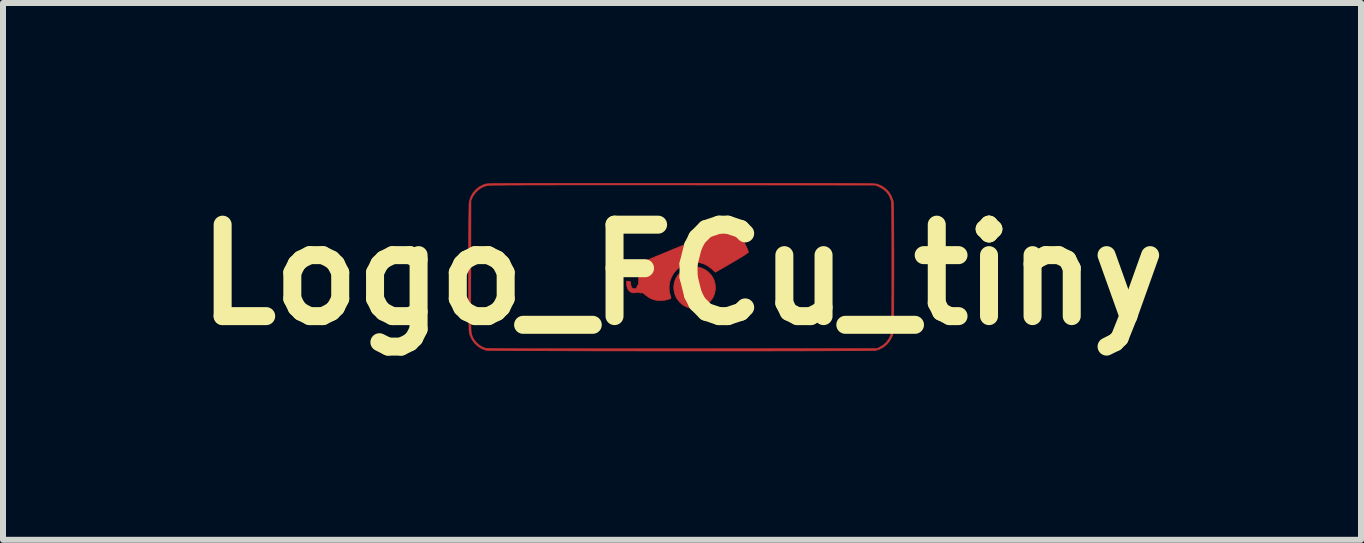
<source format=kicad_pcb>
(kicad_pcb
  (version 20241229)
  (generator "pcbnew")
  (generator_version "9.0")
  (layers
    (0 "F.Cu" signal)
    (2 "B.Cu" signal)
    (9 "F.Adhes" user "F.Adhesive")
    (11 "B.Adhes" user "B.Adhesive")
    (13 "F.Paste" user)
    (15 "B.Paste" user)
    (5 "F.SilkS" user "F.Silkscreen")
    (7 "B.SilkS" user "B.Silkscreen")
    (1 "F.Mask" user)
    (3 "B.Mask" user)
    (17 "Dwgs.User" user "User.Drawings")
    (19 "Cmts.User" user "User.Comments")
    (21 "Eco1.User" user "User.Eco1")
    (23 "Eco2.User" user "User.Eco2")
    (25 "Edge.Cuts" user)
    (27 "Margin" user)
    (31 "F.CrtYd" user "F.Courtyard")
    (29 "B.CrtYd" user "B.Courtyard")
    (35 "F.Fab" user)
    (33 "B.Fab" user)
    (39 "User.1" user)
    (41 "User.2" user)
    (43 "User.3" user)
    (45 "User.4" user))
  (footprint "Logo_FCu_tiny"
    (layer "F.Cu")
    (at 8.317 1.529)
    (property "Reference" "Logo_FCu_tiny" (at 0 0 0) (layer "F.SilkS") (effects (font (size 1.524 1.524) (thickness 0.3))))
    (attr through_hole)
    (fp_poly (pts (xy 0.278 -0.127) (xy 0.34 -0.107) (xy 0.397 -0.077) (xy 0.449 -0.037) (xy 0.492 0.012) (xy 0.526 0.069) (xy 0.548 0.135) (xy 0.557 0.206) (xy 0.556 0.248) (xy 0.542 0.32) (xy 0.513 0.386) (xy 0.471 0.444) (xy 0.419 0.493) (xy 0.357 0.531) (xy 0.288 0.555) (xy 0.267 0.559) (xy 0.231 0.564) (xy 0.204 0.566) (xy 0.179 0.564) (xy 0.147 0.558) (xy 0.135 0.556) (xy 0.065 0.533) (xy 0.004 0.497) (xy -0.046 0.451) (xy -0.087 0.397) (xy -0.116 0.336) (xy -0.133 0.272) (xy -0.137 0.22) (xy 0.147 0.22) (xy 0.158 0.245) (xy 0.175 0.262) (xy 0.202 0.277) (xy 0.226 0.276) (xy 0.25 0.259) (xy 0.265 0.238) (xy 0.271 0.217) (xy 0.271 0.216) (xy 0.265 0.195) (xy 0.251 0.174) (xy 0.25 0.173) (xy 0.223 0.156) (xy 0.196 0.154) (xy 0.171 0.169) (xy 0.153 0.193) (xy 0.147 0.22) (xy -0.137 0.22) (xy -0.138 0.205) (xy -0.131 0.137) (xy -0.109 0.072) (xy -0.073 0.01) (xy -0.038 -0.031) (xy 0.02 -0.078) (xy 0.082 -0.111) (xy 0.147 -0.129) (xy 0.213 -0.134) (xy 0.278 -0.127)) (stroke (width 0.01) (type solid)) (fill yes) (layer "F.Cu"))
    (fp_poly (pts (xy 0.887 -0.824) (xy 0.898 -0.816) (xy 0.905 -0.804) (xy 0.918 -0.779) (xy 0.937 -0.744) (xy 0.959 -0.7) (xy 0.985 -0.649) (xy 1.011 -0.596) (xy 1.044 -0.527) (xy 1.07 -0.472) (xy 1.089 -0.43) (xy 1.1 -0.4) (xy 1.106 -0.382) (xy 1.106 -0.375) (xy 1.096 -0.365) (xy 1.072 -0.347) (xy 1.033 -0.322) (xy 0.979 -0.288) (xy 0.909 -0.246) (xy 0.83 -0.2) (xy 0.769 -0.164) (xy 0.712 -0.131) (xy 0.662 -0.102) (xy 0.619 -0.078) (xy 0.587 -0.059) (xy 0.565 -0.047) (xy 0.556 -0.042) (xy 0.556 -0.042) (xy 0.549 -0.048) (xy 0.532 -0.062) (xy 0.51 -0.083) (xy 0.506 -0.087) (xy 0.44 -0.14) (xy 0.368 -0.179) (xy 0.292 -0.202) (xy 0.214 -0.21) (xy 0.136 -0.203) (xy 0.06 -0.181) (xy -0.013 -0.144) (xy -0.081 -0.091) (xy -0.081 -0.091) (xy -0.135 -0.031) (xy -0.175 0.039) (xy -0.203 0.113) (xy -0.215 0.191) (xy -0.213 0.269) (xy -0.212 0.273) (xy -0.205 0.308) (xy -0.197 0.34) (xy -0.191 0.361) (xy -0.184 0.38) (xy -0.184 0.39) (xy -0.193 0.397) (xy -0.24 0.415) (xy -0.297 0.426) (xy -0.359 0.431) (xy -0.419 0.427) (xy -0.472 0.417) (xy -0.474 0.416) (xy -0.545 0.385) (xy -0.61 0.338) (xy -0.622 0.327) (xy -0.643 0.309) (xy -0.66 0.301) (xy -0.678 0.302) (xy -0.678 0.302) (xy -0.7 0.303) (xy -0.714 0.298) (xy -0.729 0.293) (xy -0.753 0.296) (xy -0.758 0.297) (xy -0.805 0.303) (xy -0.847 0.294) (xy -0.881 0.272) (xy -0.905 0.236) (xy -0.92 0.19) (xy -0.923 0.152) (xy -0.923 0.105) (xy -0.889 0.109) (xy -0.867 0.112) (xy -0.858 0.119) (xy -0.855 0.135) (xy -0.855 0.144) (xy -0.85 0.187) (xy -0.836 0.216) (xy -0.813 0.231) (xy -0.781 0.232) (xy -0.78 0.232) (xy -0.76 0.225) (xy -0.754 0.212) (xy -0.754 0.207) (xy -0.747 0.187) (xy -0.739 0.176) (xy -0.732 0.169) (xy -0.728 0.157) (xy -0.725 0.138) (xy -0.724 0.108) (xy -0.724 0.064) (xy -0.724 0.064) (xy -0.724 0.019) (xy -0.722 -0.012) (xy -0.719 -0.036) (xy -0.714 -0.057) (xy -0.705 -0.079) (xy -0.697 -0.094) (xy -0.657 -0.162) (xy -0.606 -0.218) (xy -0.572 -0.245) (xy -0.56 -0.251) (xy -0.533 -0.263) (xy -0.494 -0.28) (xy -0.443 -0.302) (xy -0.382 -0.327) (xy -0.312 -0.356) (xy -0.234 -0.388) (xy -0.151 -0.423) (xy -0.063 -0.458) (xy 0.028 -0.496) (xy 0.12 -0.533) (xy 0.213 -0.571) (xy 0.306 -0.608) (xy 0.395 -0.644) (xy 0.481 -0.679) (xy 0.562 -0.711) (xy 0.636 -0.741) (xy 0.702 -0.767) (xy 0.759 -0.789) (xy 0.805 -0.807) (xy 0.839 -0.819) (xy 0.859 -0.826) (xy 0.864 -0.828) (xy 0.887 -0.824)) (stroke (width 0.01) (type solid)) (fill yes) (layer "F.Cu"))
    (fp_poly (pts (xy 0.265 -1.524) (xy 0.527 -1.524) (xy 0.772 -1.524) (xy 1.002 -1.524) (xy 1.217 -1.524) (xy 1.418 -1.524) (xy 1.605 -1.524) (xy 1.778 -1.524) (xy 1.939 -1.524) (xy 2.087 -1.523) (xy 2.224 -1.523) (xy 2.349 -1.523) (xy 2.463 -1.523) (xy 2.567 -1.523) (xy 2.661 -1.522) (xy 2.746 -1.522) (xy 2.822 -1.522) (xy 2.89 -1.521) (xy 2.95 -1.521) (xy 3.003 -1.52) (xy 3.049 -1.52) (xy 3.088 -1.519) (xy 3.122 -1.518) (xy 3.151 -1.518) (xy 3.175 -1.517) (xy 3.195 -1.516) (xy 3.211 -1.515) (xy 3.224 -1.514) (xy 3.235 -1.513) (xy 3.243 -1.512) (xy 3.249 -1.51) (xy 3.255 -1.509) (xy 3.259 -1.508) (xy 3.331 -1.477) (xy 3.395 -1.432) (xy 3.448 -1.376) (xy 3.489 -1.31) (xy 3.516 -1.237) (xy 3.522 -1.212) (xy 3.523 -1.196) (xy 3.524 -1.165) (xy 3.526 -1.12) (xy 3.527 -1.062) (xy 3.527 -0.991) (xy 3.528 -0.91) (xy 3.529 -0.82) (xy 3.529 -0.722) (xy 3.53 -0.617) (xy 3.53 -0.507) (xy 3.531 -0.393) (xy 3.531 -0.276) (xy 3.531 -0.157) (xy 3.531 -0.038) (xy 3.531 0.081) (xy 3.53 0.197) (xy 3.53 0.309) (xy 3.53 0.417) (xy 3.529 0.518) (xy 3.529 0.613) (xy 3.528 0.698) (xy 3.527 0.774) (xy 3.526 0.838) (xy 3.525 0.89) (xy 3.524 0.929) (xy 3.523 0.952) (xy 3.522 0.958) (xy 3.5 1.031) (xy 3.463 1.098) (xy 3.415 1.157) (xy 3.356 1.206) (xy 3.289 1.242) (xy 3.228 1.26) (xy 3.215 1.261) (xy 3.186 1.262) (xy 3.142 1.263) (xy 3.083 1.264) (xy 3.009 1.265) (xy 2.923 1.265) (xy 2.824 1.266) (xy 2.713 1.266) (xy 2.591 1.267) (xy 2.458 1.267) (xy 2.316 1.268) (xy 2.164 1.268) (xy 2.005 1.269) (xy 1.837 1.269) (xy 1.663 1.269) (xy 1.483 1.27) (xy 1.297 1.27) (xy 1.106 1.27) (xy 0.912 1.27) (xy 0.714 1.27) (xy 0.514 1.27) (xy 0.311 1.27) (xy 0.108 1.27) (xy -0.096 1.27) (xy -0.3 1.27) (xy -0.503 1.27) (xy -0.704 1.27) (xy -0.902 1.269) (xy -1.098 1.269) (xy -1.289 1.269) (xy -1.476 1.269) (xy -1.658 1.268) (xy -1.833 1.268) (xy -2.002 1.267) (xy -2.164 1.267) (xy -2.317 1.266) (xy -2.462 1.266) (xy -2.597 1.265) (xy -2.722 1.265) (xy -2.835 1.264) (xy -2.937 1.263) (xy -3.027 1.262) (xy -3.103 1.262) (xy -3.165 1.261) (xy -3.213 1.26) (xy -3.246 1.259) (xy -3.262 1.258) (xy -3.264 1.258) (xy -3.337 1.232) (xy -3.402 1.191) (xy -3.458 1.139) (xy -3.503 1.076) (xy -3.535 1.006) (xy -3.547 0.958) (xy -3.549 0.942) (xy -3.55 0.911) (xy -3.551 0.865) (xy -3.552 0.806) (xy -3.553 0.736) (xy -3.554 0.654) (xy -3.554 0.564) (xy -3.555 0.466) (xy -3.555 0.397) (xy -3.521 0.397) (xy -3.521 0.498) (xy -3.521 0.586) (xy -3.521 0.663) (xy -3.52 0.729) (xy -3.52 0.785) (xy -3.519 0.832) (xy -3.518 0.872) (xy -3.517 0.903) (xy -3.516 0.929) (xy -3.515 0.949) (xy -3.513 0.965) (xy -3.512 0.977) (xy -3.51 0.986) (xy -3.509 0.99) (xy -3.489 1.043) (xy -3.462 1.089) (xy -3.426 1.133) (xy -3.386 1.169) (xy -3.345 1.196) (xy -3.296 1.218) (xy -3.292 1.219) (xy -3.288 1.221) (xy -3.283 1.222) (xy -3.277 1.223) (xy -3.269 1.225) (xy -3.259 1.226) (xy -3.247 1.227) (xy -3.231 1.228) (xy -3.211 1.228) (xy -3.187 1.229) (xy -3.159 1.23) (xy -3.125 1.231) (xy -3.086 1.231) (xy -3.04 1.232) (xy -2.988 1.232) (xy -2.928 1.233) (xy -2.86 1.233) (xy -2.785 1.233) (xy -2.7 1.234) (xy -2.606 1.234) (xy -2.503 1.234) (xy -2.389 1.234) (xy -2.264 1.234) (xy -2.128 1.234) (xy -1.98 1.234) (xy -1.82 1.234) (xy -1.647 1.234) (xy -1.461 1.234) (xy -1.261 1.234) (xy -1.046 1.234) (xy -0.817 1.234) (xy -0.572 1.234) (xy -0.312 1.234) (xy -0.035 1.234) (xy 0 1.234) (xy 3.247 1.232) (xy 3.295 1.209) (xy 3.357 1.171) (xy 3.411 1.121) (xy 3.453 1.061) (xy 3.482 0.995) (xy 3.483 0.991) (xy 3.485 0.983) (xy 3.487 0.972) (xy 3.489 0.958) (xy 3.49 0.94) (xy 3.491 0.916) (xy 3.492 0.886) (xy 3.493 0.85) (xy 3.494 0.805) (xy 3.495 0.751) (xy 3.495 0.688) (xy 3.496 0.615) (xy 3.496 0.53) (xy 3.496 0.432) (xy 3.497 0.321) (xy 3.497 0.197) (xy 3.497 0.057) (xy 3.497 -0.099) (xy 3.497 -0.128) (xy 3.497 -0.285) (xy 3.497 -0.425) (xy 3.497 -0.551) (xy 3.497 -0.663) (xy 3.496 -0.761) (xy 3.496 -0.847) (xy 3.496 -0.922) (xy 3.495 -0.985) (xy 3.495 -1.04) (xy 3.494 -1.085) (xy 3.493 -1.123) (xy 3.492 -1.154) (xy 3.491 -1.179) (xy 3.49 -1.199) (xy 3.488 -1.215) (xy 3.487 -1.227) (xy 3.485 -1.238) (xy 3.482 -1.247) (xy 3.48 -1.255) (xy 3.48 -1.255) (xy 3.45 -1.323) (xy 3.407 -1.382) (xy 3.35 -1.431) (xy 3.28 -1.47) (xy 3.274 -1.472) (xy 3.222 -1.494) (xy 0.017 -1.497) (xy -0.306 -1.497) (xy -0.612 -1.497) (xy -0.902 -1.497) (xy -1.174 -1.497) (xy -1.43 -1.497) (xy -1.668 -1.497) (xy -1.89 -1.497) (xy -2.095 -1.497) (xy -2.283 -1.496) (xy -2.454 -1.496) (xy -2.608 -1.496) (xy -2.745 -1.495) (xy -2.865 -1.495) (xy -2.968 -1.494) (xy -3.055 -1.493) (xy -3.124 -1.493) (xy -3.177 -1.492) (xy -3.212 -1.491) (xy -3.231 -1.49) (xy -3.234 -1.49) (xy -3.308 -1.468) (xy -3.374 -1.432) (xy -3.431 -1.382) (xy -3.477 -1.321) (xy -3.491 -1.296) (xy -3.518 -1.24) (xy -3.52 -0.149) (xy -3.52 0.011) (xy -3.521 0.155) (xy -3.521 0.283) (xy -3.521 0.397) (xy -3.555 0.397) (xy -3.556 0.361) (xy -3.556 0.25) (xy -3.556 0.136) (xy -3.556 0.018) (xy -3.556 -0.101) (xy -3.556 -0.22) (xy -3.556 -0.339) (xy -3.556 -0.455) (xy -3.555 -0.567) (xy -3.555 -0.675) (xy -3.554 -0.777) (xy -3.554 -0.871) (xy -3.553 -0.957) (xy -3.552 -1.033) (xy -3.551 -1.097) (xy -3.55 -1.149) (xy -3.549 -1.187) (xy -3.547 -1.21) (xy -3.547 -1.216) (xy -3.525 -1.289) (xy -3.488 -1.357) (xy -3.439 -1.416) (xy -3.379 -1.464) (xy -3.311 -1.499) (xy -3.287 -1.507) (xy -3.282 -1.509) (xy -3.277 -1.51) (xy -3.27 -1.511) (xy -3.263 -1.513) (xy -3.253 -1.514) (xy -3.241 -1.515) (xy -3.226 -1.516) (xy -3.207 -1.517) (xy -3.185 -1.517) (xy -3.158 -1.518) (xy -3.126 -1.519) (xy -3.088 -1.52) (xy -3.045 -1.52) (xy -2.995 -1.521) (xy -2.937 -1.521) (xy -2.873 -1.522) (xy -2.8 -1.522) (xy -2.718 -1.522) (xy -2.628 -1.523) (xy -2.528 -1.523) (xy -2.418 -1.523) (xy -2.297 -1.523) (xy -2.165 -1.523) (xy -2.021 -1.524) (xy -1.866 -1.524) (xy -1.697 -1.524) (xy -1.516 -1.524) (xy -1.321 -1.524) (xy -1.111 -1.524) (xy -0.887 -1.524) (xy -0.648 -1.524) (xy -0.393 -1.524) (xy -0.121 -1.524) (xy -0.013 -1.524) (xy 0.265 -1.524)) (stroke (width 0.01) (type solid)) (fill yes) (layer "F.Cu")))
  (gr_rect
    (start -3 -3)
    (end 19.633 5.947)
    (stroke (width 0.1) (type default))
    (fill no)
    (layer "Edge.Cuts")))
</source>
